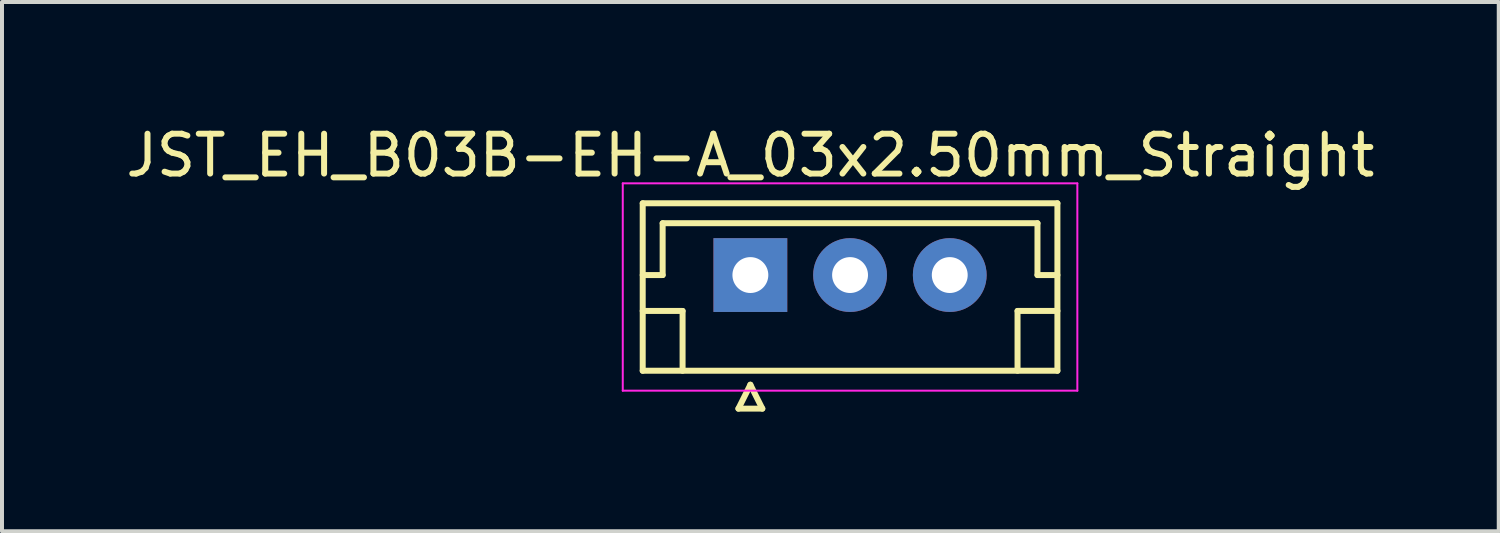
<source format=kicad_pcb>
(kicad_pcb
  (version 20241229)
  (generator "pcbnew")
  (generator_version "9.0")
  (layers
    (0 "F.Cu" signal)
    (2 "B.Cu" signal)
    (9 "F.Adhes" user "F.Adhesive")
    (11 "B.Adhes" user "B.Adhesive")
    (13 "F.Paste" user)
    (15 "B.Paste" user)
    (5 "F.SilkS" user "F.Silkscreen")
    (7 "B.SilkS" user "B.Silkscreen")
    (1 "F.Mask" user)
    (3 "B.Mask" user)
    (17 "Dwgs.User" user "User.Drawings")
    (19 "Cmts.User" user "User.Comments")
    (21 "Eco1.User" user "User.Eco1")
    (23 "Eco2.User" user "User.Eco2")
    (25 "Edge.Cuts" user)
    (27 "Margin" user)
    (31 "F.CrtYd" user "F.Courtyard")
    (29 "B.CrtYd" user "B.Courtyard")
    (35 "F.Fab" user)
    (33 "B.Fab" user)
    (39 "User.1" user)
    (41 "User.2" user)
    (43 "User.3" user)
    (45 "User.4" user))
  (footprint "JST_EH_B03B-EH-A_03x2.50mm_Straight"
    (layer "F.Cu")
    (at 15.768 3.848)
    (property "Reference" "JST_EH_B03B-EH-A_03x2.50mm_Straight" (at 0 -3 0) (layer "F.SilkS") (effects (font (size 1 1) (thickness 0.15))))
    (attr through_hole)
    (fp_line (start -2.7 -1.8) (end -2.7 2.4) (stroke (width 0.15) (type solid)) (layer "F.SilkS"))
    (fp_line (start -2.7 0) (end -2.2 0) (stroke (width 0.15) (type solid)) (layer "F.SilkS"))
    (fp_line (start -2.7 0.9) (end -1.7 0.9) (stroke (width 0.15) (type solid)) (layer "F.SilkS"))
    (fp_line (start -2.7 2.4) (end 7.7 2.4) (stroke (width 0.15) (type solid)) (layer "F.SilkS"))
    (fp_line (start -2.2 -1.3) (end 7.2 -1.3) (stroke (width 0.15) (type solid)) (layer "F.SilkS"))
    (fp_line (start -2.2 0) (end -2.2 -1.3) (stroke (width 0.15) (type solid)) (layer "F.SilkS"))
    (fp_line (start -1.7 0.9) (end -1.7 2.4) (stroke (width 0.15) (type solid)) (layer "F.SilkS"))
    (fp_line (start -0.3 3.35) (end 0.3 3.35) (stroke (width 0.15) (type solid)) (layer "F.SilkS"))
    (fp_line (start 0 2.75) (end -0.3 3.35) (stroke (width 0.15) (type solid)) (layer "F.SilkS"))
    (fp_line (start 0.3 3.35) (end 0 2.75) (stroke (width 0.15) (type solid)) (layer "F.SilkS"))
    (fp_line (start 6.7 0.9) (end 6.7 2.4) (stroke (width 0.15) (type solid)) (layer "F.SilkS"))
    (fp_line (start 7.2 -1.3) (end 7.2 0) (stroke (width 0.15) (type solid)) (layer "F.SilkS"))
    (fp_line (start 7.2 0) (end 7.7 0) (stroke (width 0.15) (type solid)) (layer "F.SilkS"))
    (fp_line (start 7.7 -1.8) (end -2.7 -1.8) (stroke (width 0.15) (type solid)) (layer "F.SilkS"))
    (fp_line (start 7.7 0.9) (end 6.7 0.9) (stroke (width 0.15) (type solid)) (layer "F.SilkS"))
    (fp_line (start 7.7 2.4) (end 7.7 -1.8) (stroke (width 0.15) (type solid)) (layer "F.SilkS"))
    (fp_line (start -3.2 -2.3) (end -3.2 2.9) (stroke (width 0.05) (type solid)) (layer "F.CrtYd"))
    (fp_line (start -3.2 2.9) (end 8.2 2.9) (stroke (width 0.05) (type solid)) (layer "F.CrtYd"))
    (fp_line (start 8.2 -2.3) (end -3.2 -2.3) (stroke (width 0.05) (type solid)) (layer "F.CrtYd"))
    (fp_line (start 8.2 2.9) (end 8.2 -2.3) (stroke (width 0.05) (type solid)) (layer "F.CrtYd"))
    (pad "1" thru_hole rect (at 0 0) (size 1.85 1.85) (drill 0.9) (layers "*.Cu" "*.Mask"))
    (pad "2" thru_hole circle (at 2.5 0) (size 1.85 1.85) (drill 0.9) (layers "*.Cu" "*.Mask"))
    (pad "3" thru_hole circle (at 5 0) (size 1.85 1.85) (drill 0.9) (layers "*.Cu" "*.Mask")))
  (gr_rect
    (start -3 -3)
    (end 34.536 10.273)
    (stroke (width 0.1) (type default))
    (fill no)
    (layer "Edge.Cuts")))
</source>
